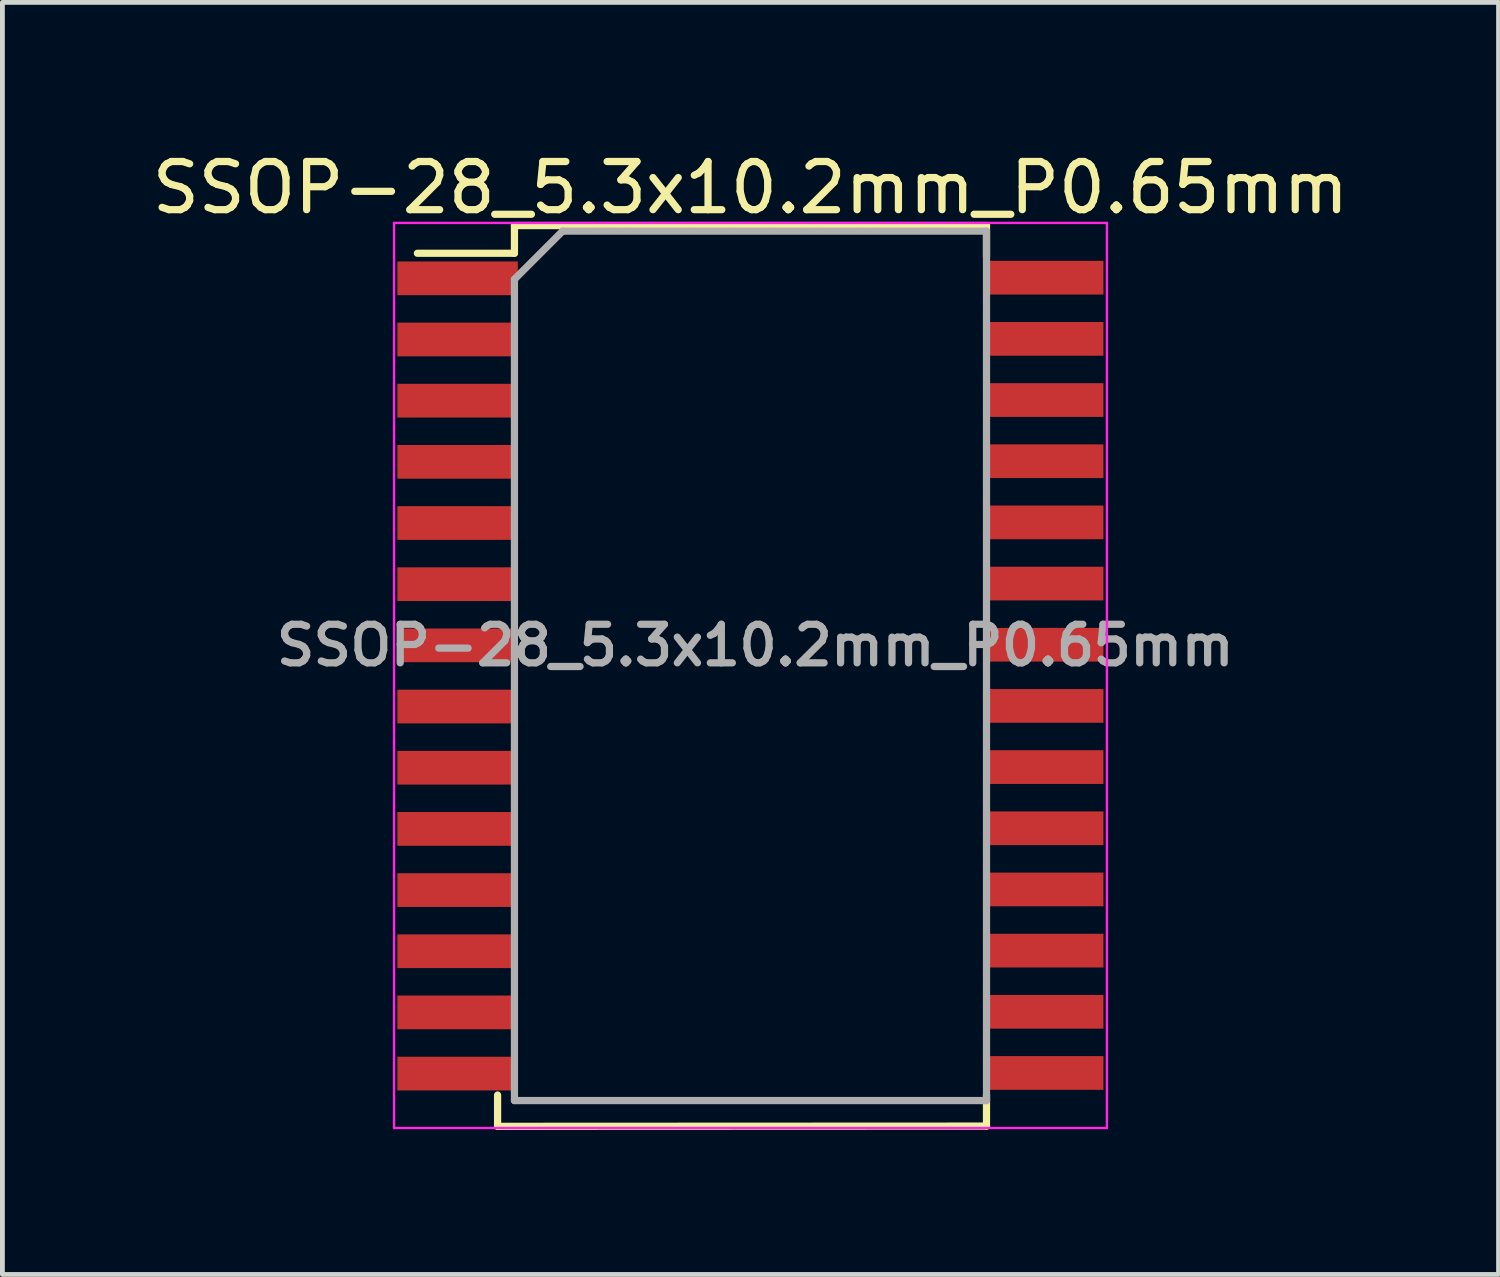
<source format=kicad_pcb>
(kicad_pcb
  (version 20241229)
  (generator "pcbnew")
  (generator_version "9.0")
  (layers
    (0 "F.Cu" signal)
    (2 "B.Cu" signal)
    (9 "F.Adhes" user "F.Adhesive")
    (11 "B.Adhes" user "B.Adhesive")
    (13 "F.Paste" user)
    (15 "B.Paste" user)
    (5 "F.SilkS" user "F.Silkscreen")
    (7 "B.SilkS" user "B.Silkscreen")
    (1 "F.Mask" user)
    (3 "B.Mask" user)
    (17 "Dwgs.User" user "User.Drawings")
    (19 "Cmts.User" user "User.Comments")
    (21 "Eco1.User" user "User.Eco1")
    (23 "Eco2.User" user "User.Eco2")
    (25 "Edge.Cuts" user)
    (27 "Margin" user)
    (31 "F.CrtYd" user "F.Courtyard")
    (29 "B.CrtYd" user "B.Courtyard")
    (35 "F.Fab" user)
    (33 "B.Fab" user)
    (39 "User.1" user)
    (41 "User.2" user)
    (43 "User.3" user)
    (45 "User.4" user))
  (footprint "SSOP-28_5.3x10.2mm_P0.65mm"
    (layer "F.Cu")
    (at 12.53 10.448)
    (property "Reference" "SSOP-28_5.3x10.2mm_P0.65mm" (at 0 -9.6 0) (layer "F.SilkS") (effects (font (size 1 1) (thickness 0.15))))
    (attr smd)
    (fp_line (start -5.25 9.885) (end -5.25 9.235) (stroke (width 0.15) (type solid)) (layer "F.SilkS"))
    (fp_line (start -5.25 9.885) (end 4.9 9.88) (stroke (width 0.15) (type solid)) (layer "F.SilkS"))
    (fp_line (start -4.9 -8.815) (end -4.9 -8.24) (stroke (width 0.15) (type solid)) (layer "F.SilkS"))
    (fp_line (start -4.9 -8.815) (end 4.9 -8.815) (stroke (width 0.15) (type solid)) (layer "F.SilkS"))
    (fp_line (start -4.9 -8.24) (end -6.915 -8.24) (stroke (width 0.15) (type solid)) (layer "F.SilkS"))
    (fp_line (start 4.9 -8.815) (end 4.9 -8.165) (stroke (width 0.15) (type solid)) (layer "F.SilkS"))
    (fp_line (start 4.9 9.88) (end 4.9 9.23) (stroke (width 0.15) (type solid)) (layer "F.SilkS"))
    (fp_line (start -7.4 -8.87) (end -7.4 9.92) (stroke (width 0.05) (type solid)) (layer "F.CrtYd"))
    (fp_line (start -7.4 -8.87) (end 7.4 -8.87) (stroke (width 0.05) (type solid)) (layer "F.CrtYd"))
    (fp_line (start -7.4 9.92) (end 7.4 9.92) (stroke (width 0.05) (type solid)) (layer "F.CrtYd"))
    (fp_line (start 7.4 -8.87) (end 7.4 9.92) (stroke (width 0.05) (type solid)) (layer "F.CrtYd"))
    (fp_line (start -4.9 -7.7) (end -3.9 -8.7) (stroke (width 0.15) (type solid)) (layer "F.Fab"))
    (fp_line (start -4.9 9.35) (end -4.9 -7.7) (stroke (width 0.15) (type solid)) (layer "F.Fab"))
    (fp_line (start -3.9 -8.7) (end 4.9 -8.7) (stroke (width 0.15) (type solid)) (layer "F.Fab"))
    (fp_line (start 4.9 -8.7) (end 4.9 9.35) (stroke (width 0.15) (type solid)) (layer "F.Fab"))
    (fp_line (start 4.9 9.35) (end -4.9 9.35) (stroke (width 0.15) (type solid)) (layer "F.Fab"))
    (fp_text user "${REFERENCE}" (at 0.1 -0.1 0) (layer "F.Fab") (effects (font (size 0.8 0.8) (thickness 0.15))))
    (pad "1" smd rect (at -6.08 -7.72) (size 2.5 0.7) (layers "F.Cu" "F.Mask" "F.Paste"))
    (pad "2" smd rect (at -6.08 -6.45) (size 2.5 0.7) (layers "F.Cu" "F.Mask" "F.Paste"))
    (pad "3" smd rect (at -6.08 -5.18) (size 2.5 0.7) (layers "F.Cu" "F.Mask" "F.Paste"))
    (pad "4" smd rect (at -6.08 -3.91) (size 2.5 0.7) (layers "F.Cu" "F.Mask" "F.Paste"))
    (pad "5" smd rect (at -6.08 -2.64) (size 2.5 0.7) (layers "F.Cu" "F.Mask" "F.Paste"))
    (pad "6" smd rect (at -6.08 -1.37) (size 2.5 0.7) (layers "F.Cu" "F.Mask" "F.Paste"))
    (pad "7" smd rect (at -6.08 -0.1) (size 2.5 0.7) (layers "F.Cu" "F.Mask" "F.Paste"))
    (pad "8" smd rect (at -6.08 1.17) (size 2.5 0.7) (layers "F.Cu" "F.Mask" "F.Paste"))
    (pad "9" smd rect (at -6.08 2.44) (size 2.5 0.7) (layers "F.Cu" "F.Mask" "F.Paste"))
    (pad "10" smd rect (at -6.08 3.71) (size 2.5 0.7) (layers "F.Cu" "F.Mask" "F.Paste"))
    (pad "11" smd rect (at -6.08 4.98) (size 2.5 0.7) (layers "F.Cu" "F.Mask" "F.Paste"))
    (pad "12" smd rect (at -6.08 6.25) (size 2.5 0.7) (layers "F.Cu" "F.Mask" "F.Paste"))
    (pad "13" smd rect (at -6.08 7.52) (size 2.5 0.7) (layers "F.Cu" "F.Mask" "F.Paste"))
    (pad "14" smd rect (at -6.08 8.79) (size 2.5 0.7) (layers "F.Cu" "F.Mask" "F.Paste"))
    (pad "15" smd rect (at 6.078 8.777) (size 2.5 0.7) (layers "F.Cu" "F.Mask" "F.Paste"))
    (pad "16" smd rect (at 6.078 7.507) (size 2.5 0.7) (layers "F.Cu" "F.Mask" "F.Paste"))
    (pad "17" smd rect (at 6.078 6.237) (size 2.5 0.7) (layers "F.Cu" "F.Mask" "F.Paste"))
    (pad "18" smd rect (at 6.078 4.967) (size 2.5 0.7) (layers "F.Cu" "F.Mask" "F.Paste"))
    (pad "19" smd rect (at 6.078 3.697) (size 2.5 0.7) (layers "F.Cu" "F.Mask" "F.Paste"))
    (pad "20" smd rect (at 6.078 2.427) (size 2.5 0.7) (layers "F.Cu" "F.Mask" "F.Paste"))
    (pad "21" smd rect (at 6.078 1.157) (size 2.5 0.7) (layers "F.Cu" "F.Mask" "F.Paste"))
    (pad "22" smd rect (at 6.078 -0.113) (size 2.5 0.7) (layers "F.Cu" "F.Mask" "F.Paste"))
    (pad "23" smd rect (at 6.078 -1.383) (size 2.5 0.7) (layers "F.Cu" "F.Mask" "F.Paste"))
    (pad "24" smd rect (at 6.078 -2.653) (size 2.5 0.7) (layers "F.Cu" "F.Mask" "F.Paste"))
    (pad "25" smd rect (at 6.078 -3.923) (size 2.5 0.7) (layers "F.Cu" "F.Mask" "F.Paste"))
    (pad "26" smd rect (at 6.078 -5.193) (size 2.5 0.7) (layers "F.Cu" "F.Mask" "F.Paste"))
    (pad "27" smd rect (at 6.078 -6.463) (size 2.5 0.7) (layers "F.Cu" "F.Mask" "F.Paste"))
    (pad "28" smd rect (at 6.078 -7.733) (size 2.5 0.7) (layers "F.Cu" "F.Mask" "F.Paste")))
  (gr_rect
    (start -3 -3)
    (end 28.06 23.408)
    (stroke (width 0.1) (type default))
    (fill no)
    (layer "Edge.Cuts")))
</source>
